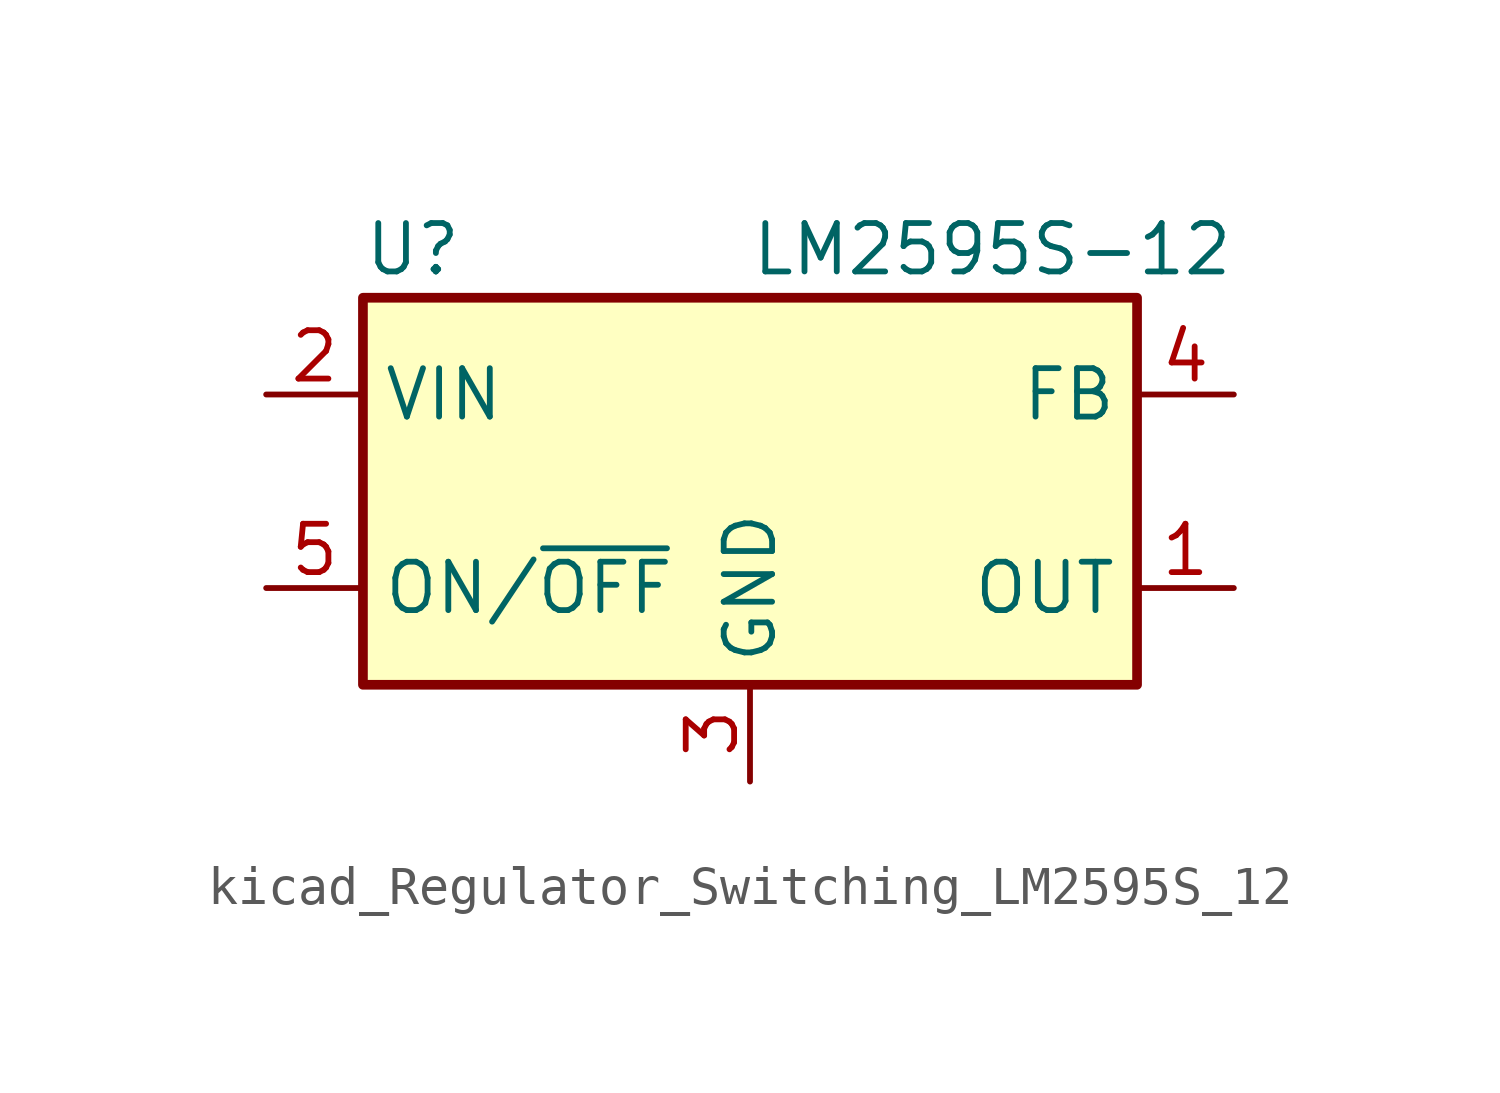
<source format=kicad_sym>
(kicad_symbol_lib
  (version 20220914)
  (generator kicad_symbol_editor)
  (symbol "kicad_Regulator_Switching_LM2595S_12"
    (property "Reference" "U"
      (at -10.16 6.35 0)
      (effects (font (size 1.27 1.27)) (justify left)))
    (property "Value" "LM2595S-12"
      (at 0 6.35 0)
      (effects (font (size 1.27 1.27)) (justify left)))
    (symbol "kicad_Regulator_Switching_LM2595S_12_0_1"
      (rectangle (start -10.16 5.08) (end 10.16 -5.08) (stroke (width 0.254) (type default)) (fill (type background))))
    (symbol "kicad_Regulator_Switching_LM2595S_12_1_1"
      (pin output line (at 12.7 -2.54 180) (length 2.54) (name "OUT" (effects (font (size 1.27 1.27)))) (number "1" (effects (font (size 1.27 1.27)))))
      (pin power_in line (at -12.7 2.54 0) (length 2.54) (name "VIN" (effects (font (size 1.27 1.27)))) (number "2" (effects (font (size 1.27 1.27)))))
      (pin power_in line (at 0 -7.62 90) (length 2.54) (name "GND" (effects (font (size 1.27 1.27)))) (number "3" (effects (font (size 1.27 1.27)))))
      (pin input line (at 12.7 2.54 180) (length 2.54) (name "FB" (effects (font (size 1.27 1.27)))) (number "4" (effects (font (size 1.27 1.27)))))
      (pin input line (at -12.7 -2.54 0) (length 2.54) (name "ON/~{OFF}" (effects (font (size 1.27 1.27)))) (number "5" (effects (font (size 1.27 1.27))))))))
</source>
